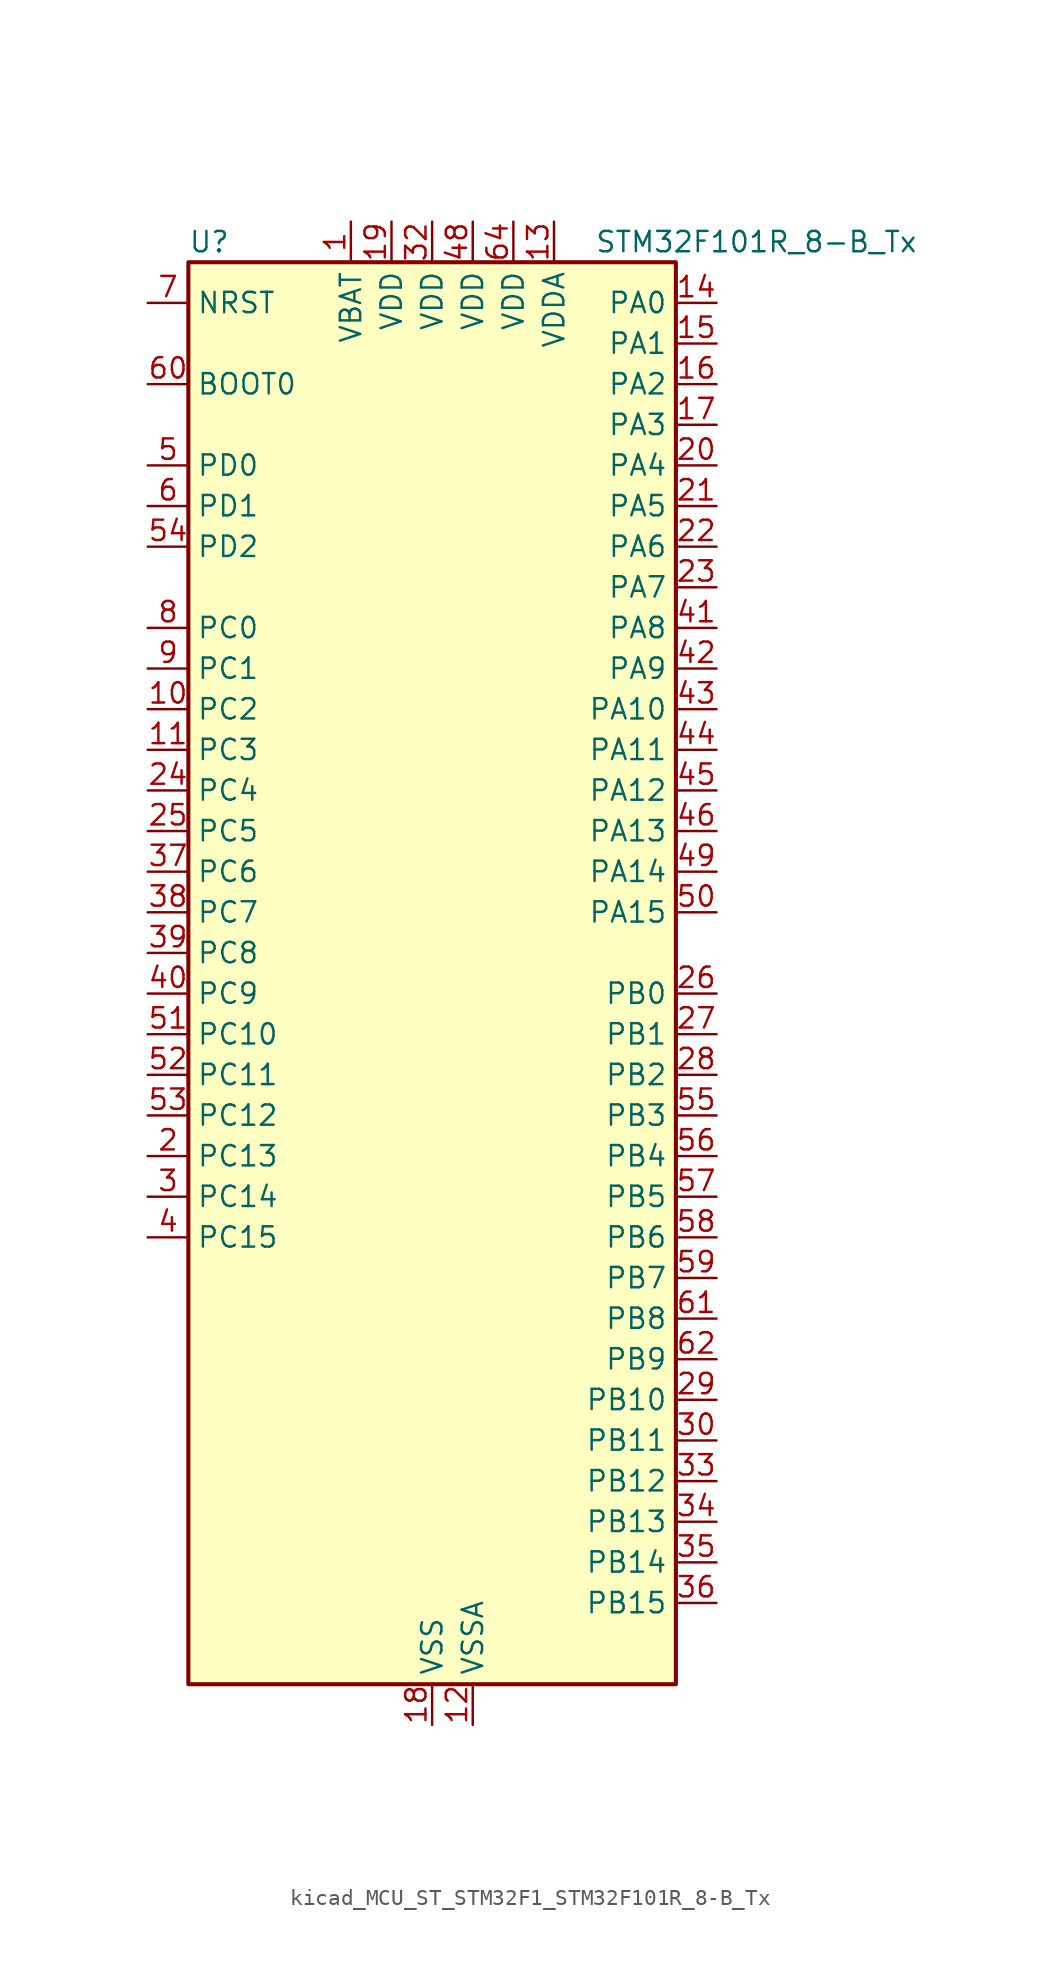
<source format=kicad_sym>
(kicad_symbol_lib
  (version 20220914)
  (generator kicad_symbol_editor)
  (symbol "kicad_MCU_ST_STM32F1_STM32F101R_8-B_Tx"
    (property "Reference" "U"
      (at -15.24 46.99 0)
      (effects (font (size 1.27 1.27)) (justify left)))
    (property "Value" "STM32F101R_8-B_Tx"
      (at 10.16 46.99 0)
      (effects (font (size 1.27 1.27)) (justify left)))
    (property "ki_locked" ""
      (at 0 0 0)
      (effects (font (size 1.27 1.27))))
    (symbol "kicad_MCU_ST_STM32F1_STM32F101R_8-B_Tx_0_1"
      (rectangle (start -15.24 -43.18) (end 15.24 45.72) (stroke (width 0.254) (type default)) (fill (type background))))
    (symbol "kicad_MCU_ST_STM32F1_STM32F101R_8-B_Tx_1_1"
      (pin power_in line (at -5.08 48.26 270) (length 2.54) (name "VBAT" (effects (font (size 1.27 1.27)))) (number "1" (effects (font (size 1.27 1.27)))))
      (pin bidirectional line (at -17.78 17.78 0) (length 2.54) (name "PC2" (effects (font (size 1.27 1.27)))) (number "10" (effects (font (size 1.27 1.27)))) (alternate "ADC1_IN12" bidirectional line))
      (pin bidirectional line (at -17.78 15.24 0) (length 2.54) (name "PC3" (effects (font (size 1.27 1.27)))) (number "11" (effects (font (size 1.27 1.27)))) (alternate "ADC1_IN13" bidirectional line))
      (pin power_in line (at 2.54 -45.72 90) (length 2.54) (name "VSSA" (effects (font (size 1.27 1.27)))) (number "12" (effects (font (size 1.27 1.27)))))
      (pin power_in line (at 7.62 48.26 270) (length 2.54) (name "VDDA" (effects (font (size 1.27 1.27)))) (number "13" (effects (font (size 1.27 1.27)))))
      (pin bidirectional line (at 17.78 43.18 180) (length 2.54) (name "PA0" (effects (font (size 1.27 1.27)))) (number "14" (effects (font (size 1.27 1.27)))) (alternate "ADC1_IN0" bidirectional line) (alternate "SYS_WKUP" bidirectional line) (alternate "TIM2_CH1" bidirectional line) (alternate "TIM2_ETR" bidirectional line) (alternate "USART2_CTS" bidirectional line))
      (pin bidirectional line (at 17.78 40.64 180) (length 2.54) (name "PA1" (effects (font (size 1.27 1.27)))) (number "15" (effects (font (size 1.27 1.27)))) (alternate "ADC1_IN1" bidirectional line) (alternate "TIM2_CH2" bidirectional line) (alternate "USART2_RTS" bidirectional line))
      (pin bidirectional line (at 17.78 38.1 180) (length 2.54) (name "PA2" (effects (font (size 1.27 1.27)))) (number "16" (effects (font (size 1.27 1.27)))) (alternate "ADC1_IN2" bidirectional line) (alternate "TIM2_CH3" bidirectional line) (alternate "USART2_TX" bidirectional line))
      (pin bidirectional line (at 17.78 35.56 180) (length 2.54) (name "PA3" (effects (font (size 1.27 1.27)))) (number "17" (effects (font (size 1.27 1.27)))) (alternate "ADC1_IN3" bidirectional line) (alternate "TIM2_CH4" bidirectional line) (alternate "USART2_RX" bidirectional line))
      (pin power_in line (at 0 -45.72 90) (length 2.54) (name "VSS" (effects (font (size 1.27 1.27)))) (number "18" (effects (font (size 1.27 1.27)))))
      (pin power_in line (at -2.54 48.26 270) (length 2.54) (name "VDD" (effects (font (size 1.27 1.27)))) (number "19" (effects (font (size 1.27 1.27)))))
      (pin bidirectional line (at -17.78 -10.16 0) (length 2.54) (name "PC13" (effects (font (size 1.27 1.27)))) (number "2" (effects (font (size 1.27 1.27)))) (alternate "RTC_OUT" bidirectional line) (alternate "RTC_TAMPER" bidirectional line))
      (pin bidirectional line (at 17.78 33.02 180) (length 2.54) (name "PA4" (effects (font (size 1.27 1.27)))) (number "20" (effects (font (size 1.27 1.27)))) (alternate "ADC1_IN4" bidirectional line) (alternate "SPI1_NSS" bidirectional line) (alternate "USART2_CK" bidirectional line))
      (pin bidirectional line (at 17.78 30.48 180) (length 2.54) (name "PA5" (effects (font (size 1.27 1.27)))) (number "21" (effects (font (size 1.27 1.27)))) (alternate "ADC1_IN5" bidirectional line) (alternate "SPI1_SCK" bidirectional line))
      (pin bidirectional line (at 17.78 27.94 180) (length 2.54) (name "PA6" (effects (font (size 1.27 1.27)))) (number "22" (effects (font (size 1.27 1.27)))) (alternate "ADC1_IN6" bidirectional line) (alternate "SPI1_MISO" bidirectional line) (alternate "TIM3_CH1" bidirectional line))
      (pin bidirectional line (at 17.78 25.4 180) (length 2.54) (name "PA7" (effects (font (size 1.27 1.27)))) (number "23" (effects (font (size 1.27 1.27)))) (alternate "ADC1_IN7" bidirectional line) (alternate "SPI1_MOSI" bidirectional line) (alternate "TIM3_CH2" bidirectional line))
      (pin bidirectional line (at -17.78 12.7 0) (length 2.54) (name "PC4" (effects (font (size 1.27 1.27)))) (number "24" (effects (font (size 1.27 1.27)))) (alternate "ADC1_IN14" bidirectional line))
      (pin bidirectional line (at -17.78 10.16 0) (length 2.54) (name "PC5" (effects (font (size 1.27 1.27)))) (number "25" (effects (font (size 1.27 1.27)))) (alternate "ADC1_IN15" bidirectional line))
      (pin bidirectional line (at 17.78 0 180) (length 2.54) (name "PB0" (effects (font (size 1.27 1.27)))) (number "26" (effects (font (size 1.27 1.27)))) (alternate "ADC1_IN8" bidirectional line) (alternate "TIM3_CH3" bidirectional line))
      (pin bidirectional line (at 17.78 -2.54 180) (length 2.54) (name "PB1" (effects (font (size 1.27 1.27)))) (number "27" (effects (font (size 1.27 1.27)))) (alternate "ADC1_IN9" bidirectional line) (alternate "TIM3_CH4" bidirectional line))
      (pin bidirectional line (at 17.78 -5.08 180) (length 2.54) (name "PB2" (effects (font (size 1.27 1.27)))) (number "28" (effects (font (size 1.27 1.27)))))
      (pin bidirectional line (at 17.78 -25.4 180) (length 2.54) (name "PB10" (effects (font (size 1.27 1.27)))) (number "29" (effects (font (size 1.27 1.27)))) (alternate "I2C2_SCL" bidirectional line) (alternate "TIM2_CH3" bidirectional line) (alternate "USART3_TX" bidirectional line))
      (pin bidirectional line (at -17.78 -12.7 0) (length 2.54) (name "PC14" (effects (font (size 1.27 1.27)))) (number "3" (effects (font (size 1.27 1.27)))) (alternate "RCC_OSC32_IN" bidirectional line))
      (pin bidirectional line (at 17.78 -27.94 180) (length 2.54) (name "PB11" (effects (font (size 1.27 1.27)))) (number "30" (effects (font (size 1.27 1.27)))) (alternate "ADC1_EXTI11" bidirectional line) (alternate "I2C2_SDA" bidirectional line) (alternate "TIM2_CH4" bidirectional line) (alternate "USART3_RX" bidirectional line))
      (pin passive line (at 0 -45.72 90) (length 2.54) hide (name "VSS" (effects (font (size 1.27 1.27)))) (number "31" (effects (font (size 1.27 1.27)))))
      (pin power_in line (at 0 48.26 270) (length 2.54) (name "VDD" (effects (font (size 1.27 1.27)))) (number "32" (effects (font (size 1.27 1.27)))))
      (pin bidirectional line (at 17.78 -30.48 180) (length 2.54) (name "PB12" (effects (font (size 1.27 1.27)))) (number "33" (effects (font (size 1.27 1.27)))) (alternate "I2C2_SMBA" bidirectional line) (alternate "SPI2_NSS" bidirectional line) (alternate "USART3_CK" bidirectional line))
      (pin bidirectional line (at 17.78 -33.02 180) (length 2.54) (name "PB13" (effects (font (size 1.27 1.27)))) (number "34" (effects (font (size 1.27 1.27)))) (alternate "SPI2_SCK" bidirectional line) (alternate "USART3_CTS" bidirectional line))
      (pin bidirectional line (at 17.78 -35.56 180) (length 2.54) (name "PB14" (effects (font (size 1.27 1.27)))) (number "35" (effects (font (size 1.27 1.27)))) (alternate "SPI2_MISO" bidirectional line) (alternate "USART3_RTS" bidirectional line))
      (pin bidirectional line (at 17.78 -38.1 180) (length 2.54) (name "PB15" (effects (font (size 1.27 1.27)))) (number "36" (effects (font (size 1.27 1.27)))) (alternate "ADC1_EXTI15" bidirectional line) (alternate "SPI2_MOSI" bidirectional line))
      (pin bidirectional line (at -17.78 7.62 0) (length 2.54) (name "PC6" (effects (font (size 1.27 1.27)))) (number "37" (effects (font (size 1.27 1.27)))) (alternate "TIM3_CH1" bidirectional line))
      (pin bidirectional line (at -17.78 5.08 0) (length 2.54) (name "PC7" (effects (font (size 1.27 1.27)))) (number "38" (effects (font (size 1.27 1.27)))) (alternate "TIM3_CH2" bidirectional line))
      (pin bidirectional line (at -17.78 2.54 0) (length 2.54) (name "PC8" (effects (font (size 1.27 1.27)))) (number "39" (effects (font (size 1.27 1.27)))) (alternate "TIM3_CH3" bidirectional line))
      (pin bidirectional line (at -17.78 -15.24 0) (length 2.54) (name "PC15" (effects (font (size 1.27 1.27)))) (number "4" (effects (font (size 1.27 1.27)))) (alternate "ADC1_EXTI15" bidirectional line) (alternate "RCC_OSC32_OUT" bidirectional line))
      (pin bidirectional line (at -17.78 0 0) (length 2.54) (name "PC9" (effects (font (size 1.27 1.27)))) (number "40" (effects (font (size 1.27 1.27)))) (alternate "TIM3_CH4" bidirectional line))
      (pin bidirectional line (at 17.78 22.86 180) (length 2.54) (name "PA8" (effects (font (size 1.27 1.27)))) (number "41" (effects (font (size 1.27 1.27)))) (alternate "RCC_MCO" bidirectional line) (alternate "USART1_CK" bidirectional line))
      (pin bidirectional line (at 17.78 20.32 180) (length 2.54) (name "PA9" (effects (font (size 1.27 1.27)))) (number "42" (effects (font (size 1.27 1.27)))) (alternate "USART1_TX" bidirectional line))
      (pin bidirectional line (at 17.78 17.78 180) (length 2.54) (name "PA10" (effects (font (size 1.27 1.27)))) (number "43" (effects (font (size 1.27 1.27)))) (alternate "USART1_RX" bidirectional line))
      (pin bidirectional line (at 17.78 15.24 180) (length 2.54) (name "PA11" (effects (font (size 1.27 1.27)))) (number "44" (effects (font (size 1.27 1.27)))) (alternate "ADC1_EXTI11" bidirectional line) (alternate "USART1_CTS" bidirectional line))
      (pin bidirectional line (at 17.78 12.7 180) (length 2.54) (name "PA12" (effects (font (size 1.27 1.27)))) (number "45" (effects (font (size 1.27 1.27)))) (alternate "USART1_RTS" bidirectional line))
      (pin bidirectional line (at 17.78 10.16 180) (length 2.54) (name "PA13" (effects (font (size 1.27 1.27)))) (number "46" (effects (font (size 1.27 1.27)))) (alternate "SYS_JTMS-SWDIO" bidirectional line))
      (pin passive line (at 0 -45.72 90) (length 2.54) hide (name "VSS" (effects (font (size 1.27 1.27)))) (number "47" (effects (font (size 1.27 1.27)))))
      (pin power_in line (at 2.54 48.26 270) (length 2.54) (name "VDD" (effects (font (size 1.27 1.27)))) (number "48" (effects (font (size 1.27 1.27)))))
      (pin bidirectional line (at 17.78 7.62 180) (length 2.54) (name "PA14" (effects (font (size 1.27 1.27)))) (number "49" (effects (font (size 1.27 1.27)))) (alternate "SYS_JTCK-SWCLK" bidirectional line))
      (pin bidirectional line (at -17.78 33.02 0) (length 2.54) (name "PD0" (effects (font (size 1.27 1.27)))) (number "5" (effects (font (size 1.27 1.27)))) (alternate "RCC_OSC_IN" bidirectional line))
      (pin bidirectional line (at 17.78 5.08 180) (length 2.54) (name "PA15" (effects (font (size 1.27 1.27)))) (number "50" (effects (font (size 1.27 1.27)))) (alternate "ADC1_EXTI15" bidirectional line) (alternate "SPI1_NSS" bidirectional line) (alternate "SYS_JTDI" bidirectional line) (alternate "TIM2_CH1" bidirectional line) (alternate "TIM2_ETR" bidirectional line))
      (pin bidirectional line (at -17.78 -2.54 0) (length 2.54) (name "PC10" (effects (font (size 1.27 1.27)))) (number "51" (effects (font (size 1.27 1.27)))) (alternate "USART3_TX" bidirectional line))
      (pin bidirectional line (at -17.78 -5.08 0) (length 2.54) (name "PC11" (effects (font (size 1.27 1.27)))) (number "52" (effects (font (size 1.27 1.27)))) (alternate "ADC1_EXTI11" bidirectional line) (alternate "USART3_RX" bidirectional line))
      (pin bidirectional line (at -17.78 -7.62 0) (length 2.54) (name "PC12" (effects (font (size 1.27 1.27)))) (number "53" (effects (font (size 1.27 1.27)))) (alternate "USART3_CK" bidirectional line))
      (pin bidirectional line (at -17.78 27.94 0) (length 2.54) (name "PD2" (effects (font (size 1.27 1.27)))) (number "54" (effects (font (size 1.27 1.27)))) (alternate "TIM3_ETR" bidirectional line))
      (pin bidirectional line (at 17.78 -7.62 180) (length 2.54) (name "PB3" (effects (font (size 1.27 1.27)))) (number "55" (effects (font (size 1.27 1.27)))) (alternate "SPI1_SCK" bidirectional line) (alternate "SYS_JTDO-TRACESWO" bidirectional line) (alternate "TIM2_CH2" bidirectional line))
      (pin bidirectional line (at 17.78 -10.16 180) (length 2.54) (name "PB4" (effects (font (size 1.27 1.27)))) (number "56" (effects (font (size 1.27 1.27)))) (alternate "SPI1_MISO" bidirectional line) (alternate "SYS_NJTRST" bidirectional line) (alternate "TIM3_CH1" bidirectional line))
      (pin bidirectional line (at 17.78 -12.7 180) (length 2.54) (name "PB5" (effects (font (size 1.27 1.27)))) (number "57" (effects (font (size 1.27 1.27)))) (alternate "I2C1_SMBA" bidirectional line) (alternate "SPI1_MOSI" bidirectional line) (alternate "TIM3_CH2" bidirectional line))
      (pin bidirectional line (at 17.78 -15.24 180) (length 2.54) (name "PB6" (effects (font (size 1.27 1.27)))) (number "58" (effects (font (size 1.27 1.27)))) (alternate "I2C1_SCL" bidirectional line) (alternate "TIM4_CH1" bidirectional line) (alternate "USART1_TX" bidirectional line))
      (pin bidirectional line (at 17.78 -17.78 180) (length 2.54) (name "PB7" (effects (font (size 1.27 1.27)))) (number "59" (effects (font (size 1.27 1.27)))) (alternate "I2C1_SDA" bidirectional line) (alternate "TIM4_CH2" bidirectional line) (alternate "USART1_RX" bidirectional line))
      (pin bidirectional line (at -17.78 30.48 0) (length 2.54) (name "PD1" (effects (font (size 1.27 1.27)))) (number "6" (effects (font (size 1.27 1.27)))) (alternate "RCC_OSC_OUT" bidirectional line))
      (pin input line (at -17.78 38.1 0) (length 2.54) (name "BOOT0" (effects (font (size 1.27 1.27)))) (number "60" (effects (font (size 1.27 1.27)))))
      (pin bidirectional line (at 17.78 -20.32 180) (length 2.54) (name "PB8" (effects (font (size 1.27 1.27)))) (number "61" (effects (font (size 1.27 1.27)))) (alternate "I2C1_SCL" bidirectional line) (alternate "TIM4_CH3" bidirectional line))
      (pin bidirectional line (at 17.78 -22.86 180) (length 2.54) (name "PB9" (effects (font (size 1.27 1.27)))) (number "62" (effects (font (size 1.27 1.27)))) (alternate "I2C1_SDA" bidirectional line) (alternate "TIM4_CH4" bidirectional line))
      (pin passive line (at 0 -45.72 90) (length 2.54) hide (name "VSS" (effects (font (size 1.27 1.27)))) (number "63" (effects (font (size 1.27 1.27)))))
      (pin power_in line (at 5.08 48.26 270) (length 2.54) (name "VDD" (effects (font (size 1.27 1.27)))) (number "64" (effects (font (size 1.27 1.27)))))
      (pin input line (at -17.78 43.18 0) (length 2.54) (name "NRST" (effects (font (size 1.27 1.27)))) (number "7" (effects (font (size 1.27 1.27)))))
      (pin bidirectional line (at -17.78 22.86 0) (length 2.54) (name "PC0" (effects (font (size 1.27 1.27)))) (number "8" (effects (font (size 1.27 1.27)))) (alternate "ADC1_IN10" bidirectional line))
      (pin bidirectional line (at -17.78 20.32 0) (length 2.54) (name "PC1" (effects (font (size 1.27 1.27)))) (number "9" (effects (font (size 1.27 1.27)))) (alternate "ADC1_IN11" bidirectional line)))))
</source>
